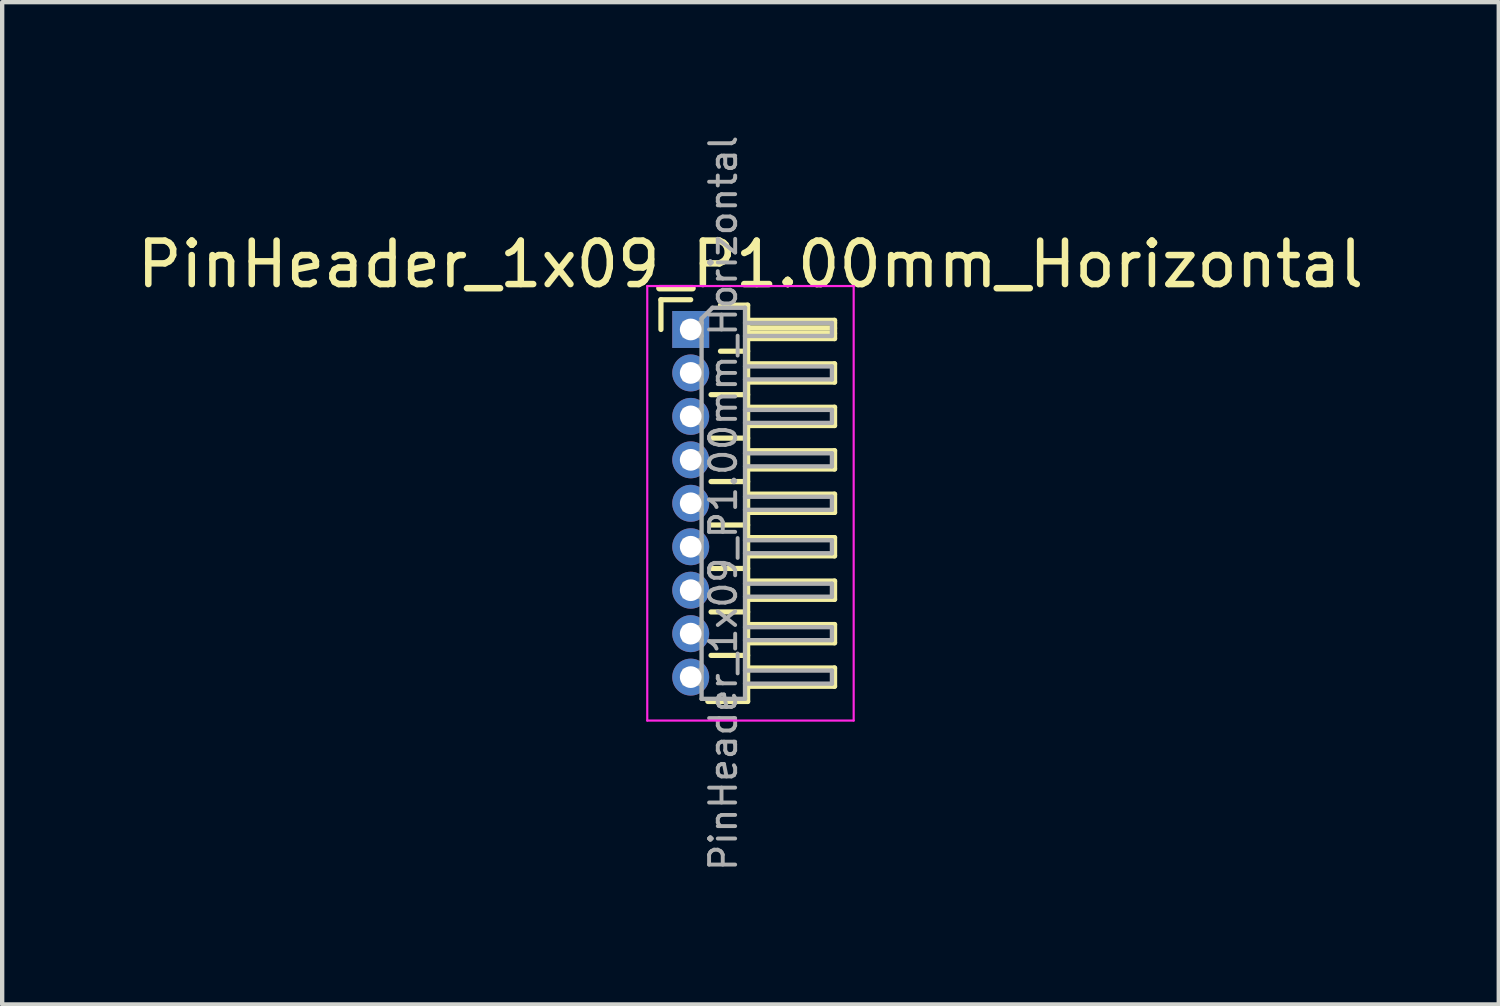
<source format=kicad_pcb>
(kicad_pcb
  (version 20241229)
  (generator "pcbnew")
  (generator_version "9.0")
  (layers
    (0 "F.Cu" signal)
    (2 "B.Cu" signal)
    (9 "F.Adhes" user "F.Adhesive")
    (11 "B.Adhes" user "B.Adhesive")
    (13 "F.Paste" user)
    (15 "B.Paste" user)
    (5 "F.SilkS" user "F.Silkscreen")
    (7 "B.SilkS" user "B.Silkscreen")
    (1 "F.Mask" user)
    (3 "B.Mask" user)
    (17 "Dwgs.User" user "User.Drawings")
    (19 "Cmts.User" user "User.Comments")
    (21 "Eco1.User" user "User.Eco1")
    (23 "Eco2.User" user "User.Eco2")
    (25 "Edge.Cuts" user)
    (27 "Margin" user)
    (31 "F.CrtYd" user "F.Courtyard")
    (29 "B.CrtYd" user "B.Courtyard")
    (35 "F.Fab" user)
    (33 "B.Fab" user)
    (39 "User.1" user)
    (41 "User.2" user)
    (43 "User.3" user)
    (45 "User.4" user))
  (footprint "PinHeader_1x09_P1.00mm_Horizontal"
    (layer "F.Cu")
    (at 12.845 4.532)
    (property "Reference" "PinHeader_1x09_P1.00mm_Horizontal" (at 1.375 -1.5 0) (layer "F.SilkS") (effects (font (size 1 1) (thickness 0.15))))
    (attr through_hole)
    (fp_line (start -0.685 -0.685) (end 0 -0.685) (stroke (width 0.12) (type solid)) (layer "F.SilkS"))
    (fp_line (start -0.685 0) (end -0.685 -0.685) (stroke (width 0.12) (type solid)) (layer "F.SilkS"))
    (fp_line (start 0.468 1.5) (end 1.31 1.5) (stroke (width 0.12) (type solid)) (layer "F.SilkS"))
    (fp_line (start 0.468 2.5) (end 1.31 2.5) (stroke (width 0.12) (type solid)) (layer "F.SilkS"))
    (fp_line (start 0.468 3.5) (end 1.31 3.5) (stroke (width 0.12) (type solid)) (layer "F.SilkS"))
    (fp_line (start 0.468 4.5) (end 1.31 4.5) (stroke (width 0.12) (type solid)) (layer "F.SilkS"))
    (fp_line (start 0.468 5.5) (end 1.31 5.5) (stroke (width 0.12) (type solid)) (layer "F.SilkS"))
    (fp_line (start 0.468 6.5) (end 1.31 6.5) (stroke (width 0.12) (type solid)) (layer "F.SilkS"))
    (fp_line (start 0.468 7.5) (end 1.31 7.5) (stroke (width 0.12) (type solid)) (layer "F.SilkS"))
    (fp_line (start 0.685 -0.56) (end 1.31 -0.56) (stroke (width 0.12) (type solid)) (layer "F.SilkS"))
    (fp_line (start 0.685 0.5) (end 1.31 0.5) (stroke (width 0.12) (type solid)) (layer "F.SilkS"))
    (fp_line (start 1.31 -0.56) (end 1.31 8.56) (stroke (width 0.12) (type solid)) (layer "F.SilkS"))
    (fp_line (start 1.31 -0.21) (end 3.31 -0.21) (stroke (width 0.12) (type solid)) (layer "F.SilkS"))
    (fp_line (start 1.31 -0.15) (end 3.31 -0.15) (stroke (width 0.12) (type solid)) (layer "F.SilkS"))
    (fp_line (start 1.31 -0.03) (end 3.31 -0.03) (stroke (width 0.12) (type solid)) (layer "F.SilkS"))
    (fp_line (start 1.31 0.09) (end 3.31 0.09) (stroke (width 0.12) (type solid)) (layer "F.SilkS"))
    (fp_line (start 1.31 0.79) (end 3.31 0.79) (stroke (width 0.12) (type solid)) (layer "F.SilkS"))
    (fp_line (start 1.31 1.79) (end 3.31 1.79) (stroke (width 0.12) (type solid)) (layer "F.SilkS"))
    (fp_line (start 1.31 2.79) (end 3.31 2.79) (stroke (width 0.12) (type solid)) (layer "F.SilkS"))
    (fp_line (start 1.31 3.79) (end 3.31 3.79) (stroke (width 0.12) (type solid)) (layer "F.SilkS"))
    (fp_line (start 1.31 4.79) (end 3.31 4.79) (stroke (width 0.12) (type solid)) (layer "F.SilkS"))
    (fp_line (start 1.31 5.79) (end 3.31 5.79) (stroke (width 0.12) (type solid)) (layer "F.SilkS"))
    (fp_line (start 1.31 6.79) (end 3.31 6.79) (stroke (width 0.12) (type solid)) (layer "F.SilkS"))
    (fp_line (start 1.31 7.79) (end 3.31 7.79) (stroke (width 0.12) (type solid)) (layer "F.SilkS"))
    (fp_line (start 1.31 8.56) (end 0.394 8.56) (stroke (width 0.12) (type solid)) (layer "F.SilkS"))
    (fp_line (start 3.31 -0.21) (end 3.31 0.21) (stroke (width 0.12) (type solid)) (layer "F.SilkS"))
    (fp_line (start 3.31 0.21) (end 1.31 0.21) (stroke (width 0.12) (type solid)) (layer "F.SilkS"))
    (fp_line (start 3.31 0.79) (end 3.31 1.21) (stroke (width 0.12) (type solid)) (layer "F.SilkS"))
    (fp_line (start 3.31 1.21) (end 1.31 1.21) (stroke (width 0.12) (type solid)) (layer "F.SilkS"))
    (fp_line (start 3.31 1.79) (end 3.31 2.21) (stroke (width 0.12) (type solid)) (layer "F.SilkS"))
    (fp_line (start 3.31 2.21) (end 1.31 2.21) (stroke (width 0.12) (type solid)) (layer "F.SilkS"))
    (fp_line (start 3.31 2.79) (end 3.31 3.21) (stroke (width 0.12) (type solid)) (layer "F.SilkS"))
    (fp_line (start 3.31 3.21) (end 1.31 3.21) (stroke (width 0.12) (type solid)) (layer "F.SilkS"))
    (fp_line (start 3.31 3.79) (end 3.31 4.21) (stroke (width 0.12) (type solid)) (layer "F.SilkS"))
    (fp_line (start 3.31 4.21) (end 1.31 4.21) (stroke (width 0.12) (type solid)) (layer "F.SilkS"))
    (fp_line (start 3.31 4.79) (end 3.31 5.21) (stroke (width 0.12) (type solid)) (layer "F.SilkS"))
    (fp_line (start 3.31 5.21) (end 1.31 5.21) (stroke (width 0.12) (type solid)) (layer "F.SilkS"))
    (fp_line (start 3.31 5.79) (end 3.31 6.21) (stroke (width 0.12) (type solid)) (layer "F.SilkS"))
    (fp_line (start 3.31 6.21) (end 1.31 6.21) (stroke (width 0.12) (type solid)) (layer "F.SilkS"))
    (fp_line (start 3.31 6.79) (end 3.31 7.21) (stroke (width 0.12) (type solid)) (layer "F.SilkS"))
    (fp_line (start 3.31 7.21) (end 1.31 7.21) (stroke (width 0.12) (type solid)) (layer "F.SilkS"))
    (fp_line (start 3.31 7.79) (end 3.31 8.21) (stroke (width 0.12) (type solid)) (layer "F.SilkS"))
    (fp_line (start 3.31 8.21) (end 1.31 8.21) (stroke (width 0.12) (type solid)) (layer "F.SilkS"))
    (fp_line (start -1 -1) (end -1 9) (stroke (width 0.05) (type solid)) (layer "F.CrtYd"))
    (fp_line (start -1 9) (end 3.75 9) (stroke (width 0.05) (type solid)) (layer "F.CrtYd"))
    (fp_line (start 3.75 -1) (end -1 -1) (stroke (width 0.05) (type solid)) (layer "F.CrtYd"))
    (fp_line (start 3.75 9) (end 3.75 -1) (stroke (width 0.05) (type solid)) (layer "F.CrtYd"))
    (fp_line (start -0.15 -0.15) (end -0.15 0.15) (stroke (width 0.1) (type solid)) (layer "F.Fab"))
    (fp_line (start -0.15 -0.15) (end 0.25 -0.15) (stroke (width 0.1) (type solid)) (layer "F.Fab"))
    (fp_line (start -0.15 0.15) (end 0.25 0.15) (stroke (width 0.1) (type solid)) (layer "F.Fab"))
    (fp_line (start -0.15 0.85) (end -0.15 1.15) (stroke (width 0.1) (type solid)) (layer "F.Fab"))
    (fp_line (start -0.15 0.85) (end 0.25 0.85) (stroke (width 0.1) (type solid)) (layer "F.Fab"))
    (fp_line (start -0.15 1.15) (end 0.25 1.15) (stroke (width 0.1) (type solid)) (layer "F.Fab"))
    (fp_line (start -0.15 1.85) (end -0.15 2.15) (stroke (width 0.1) (type solid)) (layer "F.Fab"))
    (fp_line (start -0.15 1.85) (end 0.25 1.85) (stroke (width 0.1) (type solid)) (layer "F.Fab"))
    (fp_line (start -0.15 2.15) (end 0.25 2.15) (stroke (width 0.1) (type solid)) (layer "F.Fab"))
    (fp_line (start -0.15 2.85) (end -0.15 3.15) (stroke (width 0.1) (type solid)) (layer "F.Fab"))
    (fp_line (start -0.15 2.85) (end 0.25 2.85) (stroke (width 0.1) (type solid)) (layer "F.Fab"))
    (fp_line (start -0.15 3.15) (end 0.25 3.15) (stroke (width 0.1) (type solid)) (layer "F.Fab"))
    (fp_line (start -0.15 3.85) (end -0.15 4.15) (stroke (width 0.1) (type solid)) (layer "F.Fab"))
    (fp_line (start -0.15 3.85) (end 0.25 3.85) (stroke (width 0.1) (type solid)) (layer "F.Fab"))
    (fp_line (start -0.15 4.15) (end 0.25 4.15) (stroke (width 0.1) (type solid)) (layer "F.Fab"))
    (fp_line (start -0.15 4.85) (end -0.15 5.15) (stroke (width 0.1) (type solid)) (layer "F.Fab"))
    (fp_line (start -0.15 4.85) (end 0.25 4.85) (stroke (width 0.1) (type solid)) (layer "F.Fab"))
    (fp_line (start -0.15 5.15) (end 0.25 5.15) (stroke (width 0.1) (type solid)) (layer "F.Fab"))
    (fp_line (start -0.15 5.85) (end -0.15 6.15) (stroke (width 0.1) (type solid)) (layer "F.Fab"))
    (fp_line (start -0.15 5.85) (end 0.25 5.85) (stroke (width 0.1) (type solid)) (layer "F.Fab"))
    (fp_line (start -0.15 6.15) (end 0.25 6.15) (stroke (width 0.1) (type solid)) (layer "F.Fab"))
    (fp_line (start -0.15 6.85) (end -0.15 7.15) (stroke (width 0.1) (type solid)) (layer "F.Fab"))
    (fp_line (start -0.15 6.85) (end 0.25 6.85) (stroke (width 0.1) (type solid)) (layer "F.Fab"))
    (fp_line (start -0.15 7.15) (end 0.25 7.15) (stroke (width 0.1) (type solid)) (layer "F.Fab"))
    (fp_line (start -0.15 7.85) (end -0.15 8.15) (stroke (width 0.1) (type solid)) (layer "F.Fab"))
    (fp_line (start -0.15 7.85) (end 0.25 7.85) (stroke (width 0.1) (type solid)) (layer "F.Fab"))
    (fp_line (start -0.15 8.15) (end 0.25 8.15) (stroke (width 0.1) (type solid)) (layer "F.Fab"))
    (fp_line (start 0.25 -0.25) (end 0.5 -0.5) (stroke (width 0.1) (type solid)) (layer "F.Fab"))
    (fp_line (start 0.25 8.5) (end 0.25 -0.25) (stroke (width 0.1) (type solid)) (layer "F.Fab"))
    (fp_line (start 0.5 -0.5) (end 1.25 -0.5) (stroke (width 0.1) (type solid)) (layer "F.Fab"))
    (fp_line (start 1.25 -0.5) (end 1.25 8.5) (stroke (width 0.1) (type solid)) (layer "F.Fab"))
    (fp_line (start 1.25 -0.15) (end 3.25 -0.15) (stroke (width 0.1) (type solid)) (layer "F.Fab"))
    (fp_line (start 1.25 0.15) (end 3.25 0.15) (stroke (width 0.1) (type solid)) (layer "F.Fab"))
    (fp_line (start 1.25 0.85) (end 3.25 0.85) (stroke (width 0.1) (type solid)) (layer "F.Fab"))
    (fp_line (start 1.25 1.15) (end 3.25 1.15) (stroke (width 0.1) (type solid)) (layer "F.Fab"))
    (fp_line (start 1.25 1.85) (end 3.25 1.85) (stroke (width 0.1) (type solid)) (layer "F.Fab"))
    (fp_line (start 1.25 2.15) (end 3.25 2.15) (stroke (width 0.1) (type solid)) (layer "F.Fab"))
    (fp_line (start 1.25 2.85) (end 3.25 2.85) (stroke (width 0.1) (type solid)) (layer "F.Fab"))
    (fp_line (start 1.25 3.15) (end 3.25 3.15) (stroke (width 0.1) (type solid)) (layer "F.Fab"))
    (fp_line (start 1.25 3.85) (end 3.25 3.85) (stroke (width 0.1) (type solid)) (layer "F.Fab"))
    (fp_line (start 1.25 4.15) (end 3.25 4.15) (stroke (width 0.1) (type solid)) (layer "F.Fab"))
    (fp_line (start 1.25 4.85) (end 3.25 4.85) (stroke (width 0.1) (type solid)) (layer "F.Fab"))
    (fp_line (start 1.25 5.15) (end 3.25 5.15) (stroke (width 0.1) (type solid)) (layer "F.Fab"))
    (fp_line (start 1.25 5.85) (end 3.25 5.85) (stroke (width 0.1) (type solid)) (layer "F.Fab"))
    (fp_line (start 1.25 6.15) (end 3.25 6.15) (stroke (width 0.1) (type solid)) (layer "F.Fab"))
    (fp_line (start 1.25 6.85) (end 3.25 6.85) (stroke (width 0.1) (type solid)) (layer "F.Fab"))
    (fp_line (start 1.25 7.15) (end 3.25 7.15) (stroke (width 0.1) (type solid)) (layer "F.Fab"))
    (fp_line (start 1.25 7.85) (end 3.25 7.85) (stroke (width 0.1) (type solid)) (layer "F.Fab"))
    (fp_line (start 1.25 8.15) (end 3.25 8.15) (stroke (width 0.1) (type solid)) (layer "F.Fab"))
    (fp_line (start 1.25 8.5) (end 0.25 8.5) (stroke (width 0.1) (type solid)) (layer "F.Fab"))
    (fp_line (start 3.25 -0.15) (end 3.25 0.15) (stroke (width 0.1) (type solid)) (layer "F.Fab"))
    (fp_line (start 3.25 0.85) (end 3.25 1.15) (stroke (width 0.1) (type solid)) (layer "F.Fab"))
    (fp_line (start 3.25 1.85) (end 3.25 2.15) (stroke (width 0.1) (type solid)) (layer "F.Fab"))
    (fp_line (start 3.25 2.85) (end 3.25 3.15) (stroke (width 0.1) (type solid)) (layer "F.Fab"))
    (fp_line (start 3.25 3.85) (end 3.25 4.15) (stroke (width 0.1) (type solid)) (layer "F.Fab"))
    (fp_line (start 3.25 4.85) (end 3.25 5.15) (stroke (width 0.1) (type solid)) (layer "F.Fab"))
    (fp_line (start 3.25 5.85) (end 3.25 6.15) (stroke (width 0.1) (type solid)) (layer "F.Fab"))
    (fp_line (start 3.25 6.85) (end 3.25 7.15) (stroke (width 0.1) (type solid)) (layer "F.Fab"))
    (fp_line (start 3.25 7.85) (end 3.25 8.15) (stroke (width 0.1) (type solid)) (layer "F.Fab"))
    (fp_text user "${REFERENCE}" (at 0.75 4 90) (layer "F.Fab") (effects (font (size 0.6 0.6) (thickness 0.09))))
    (pad "1" thru_hole rect (at 0 0) (size 0.85 0.85) (drill 0.5) (layers "*.Cu" "*.Mask"))
    (pad "2" thru_hole oval (at 0 1) (size 0.85 0.85) (drill 0.5) (layers "*.Cu" "*.Mask"))
    (pad "3" thru_hole oval (at 0 2) (size 0.85 0.85) (drill 0.5) (layers "*.Cu" "*.Mask"))
    (pad "4" thru_hole oval (at 0 3) (size 0.85 0.85) (drill 0.5) (layers "*.Cu" "*.Mask"))
    (pad "5" thru_hole oval (at 0 4) (size 0.85 0.85) (drill 0.5) (layers "*.Cu" "*.Mask"))
    (pad "6" thru_hole oval (at 0 5) (size 0.85 0.85) (drill 0.5) (layers "*.Cu" "*.Mask"))
    (pad "7" thru_hole oval (at 0 6) (size 0.85 0.85) (drill 0.5) (layers "*.Cu" "*.Mask"))
    (pad "8" thru_hole oval (at 0 7) (size 0.85 0.85) (drill 0.5) (layers "*.Cu" "*.Mask"))
    (pad "9" thru_hole oval (at 0 8) (size 0.85 0.85) (drill 0.5) (layers "*.Cu" "*.Mask")))
  (gr_rect
    (start -3 -3)
    (end 31.44 20.064)
    (stroke (width 0.1) (type default))
    (fill no)
    (layer "Edge.Cuts")))
</source>
